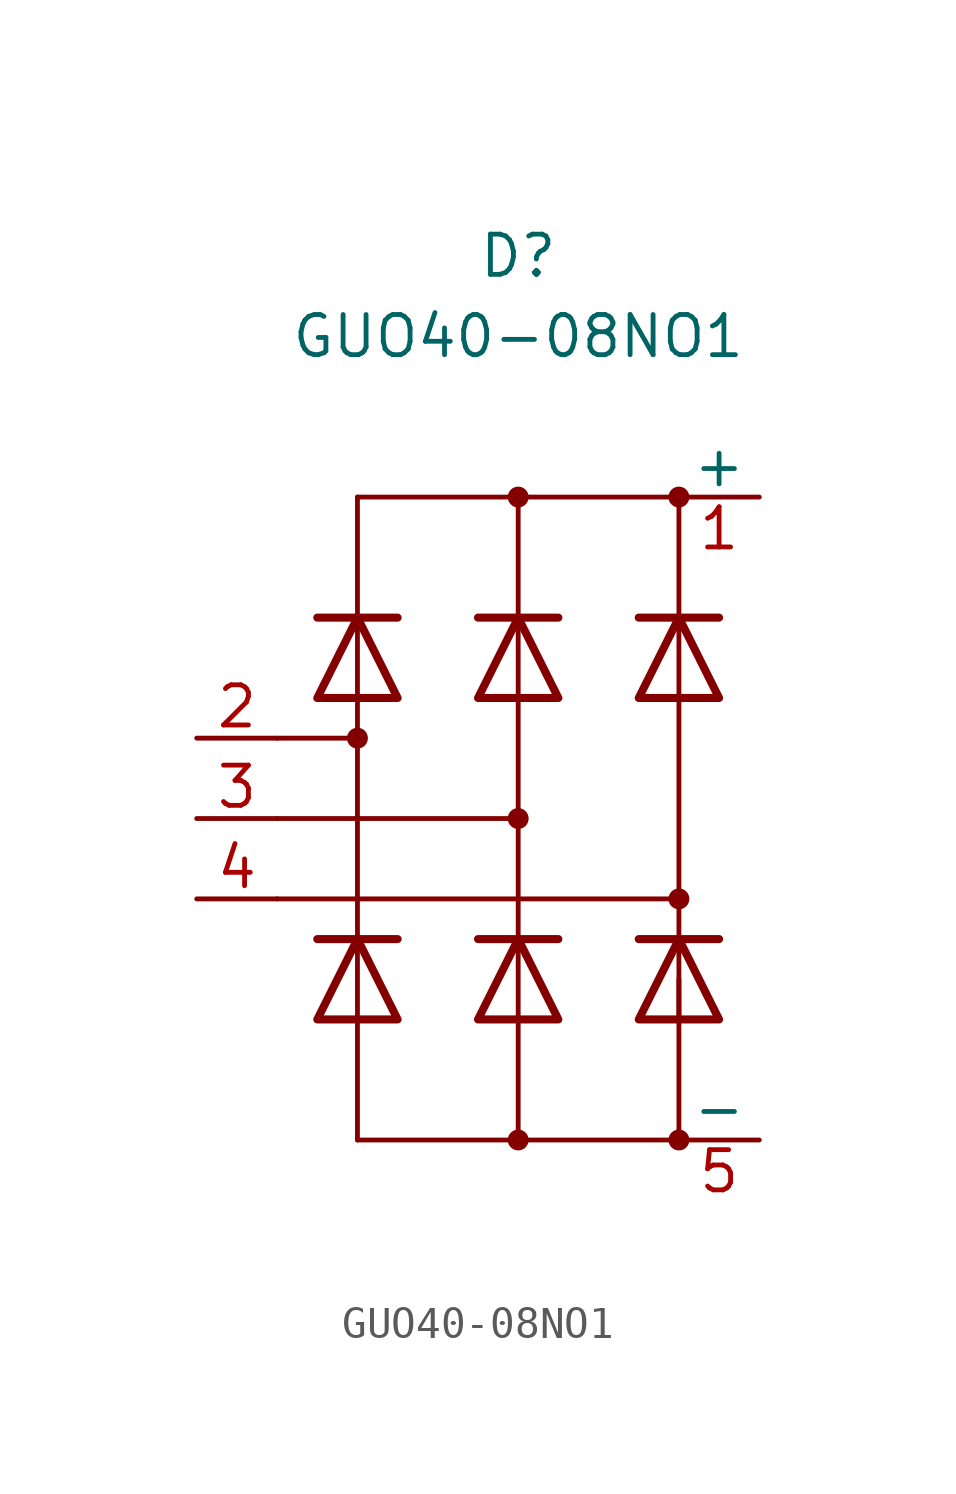
<source format=kicad_sym>
(kicad_symbol_lib
  (version 20241209)
  (generator "kicad_symbol_editor")
  (generator_version "9.0")
  (symbol "GUO40-08NO1"
    (pin_names
      (offset 0))
    (property "Reference" "D"
      (at 0 17.78 0)
      (effects (font (size 1.27 1.27))))
    (property "Value" "GUO40-08NO1"
      (at 0 15.24 0)
      (effects (font (size 1.27 1.27))))
    (symbol "GUO40-08NO1_0_1"
      (polyline (pts (xy -7.62 2.54) (xy -5.08 2.54)) (stroke (width 0) (type default)) (fill (type none)))
      (polyline (pts (xy -7.62 0) (xy 0 0)) (stroke (width 0) (type default)) (fill (type none)))
      (polyline (pts (xy -7.62 -2.54) (xy 5.08 -2.54)) (stroke (width 0) (type default)) (fill (type none)))
      (polyline (pts (xy -5.08 10.16) (xy -5.08 6.35)) (stroke (width 0) (type default)) (fill (type none)))
      (polyline (pts (xy -5.08 10.16) (xy 5.08 10.16)) (stroke (width 0) (type default)) (fill (type none)))
      (polyline (pts (xy -5.08 3.81) (xy -5.08 -3.81)) (stroke (width 0) (type default)) (fill (type none)))
      (circle (center -5.08 2.54) (radius 0.254) (stroke (width 0) (type default)) (fill (type outline)))
      (polyline (pts (xy -5.08 -6.35) (xy -5.08 -10.16)) (stroke (width 0) (type default)) (fill (type none)))
      (polyline (pts (xy -5.08 -10.16) (xy 5.08 -10.16)) (stroke (width 0) (type default)) (fill (type none)))
      (circle (center 0 10.16) (radius 0.254) (stroke (width 0) (type default)) (fill (type outline)))
      (polyline (pts (xy 0 6.35) (xy 0 10.16)) (stroke (width 0) (type default)) (fill (type none)))
      (polyline (pts (xy 0 3.81) (xy 0 -3.81)) (stroke (width 0) (type default)) (fill (type none)))
      (circle (center 0 0) (radius 0.254) (stroke (width 0) (type default)) (fill (type outline)))
      (polyline (pts (xy 0 -6.35) (xy 0 -10.16)) (stroke (width 0) (type default)) (fill (type none)))
      (circle (center 0 -10.16) (radius 0.254) (stroke (width 0) (type default)) (fill (type outline)))
      (polyline (pts (xy 5.08 10.16) (xy 5.08 6.35)) (stroke (width 0) (type default)) (fill (type none)))
      (circle (center 5.08 10.16) (radius 0.254) (stroke (width 0) (type default)) (fill (type outline)))
      (polyline (pts (xy 5.08 3.81) (xy 5.08 -3.81)) (stroke (width 0) (type default)) (fill (type none)))
      (circle (center 5.08 -2.54) (radius 0.254) (stroke (width 0) (type default)) (fill (type outline)))
      (polyline (pts (xy 5.08 -10.16) (xy 5.08 -5.08)) (stroke (width 0) (type default)) (fill (type none)))
      (circle (center 5.08 -10.16) (radius 0.254) (stroke (width 0) (type default)) (fill (type outline))))
    (symbol "GUO40-08NO1_1_1"
      (polyline (pts (xy -5.08 3.81) (xy -5.08 6.35)) (stroke (width 0) (type default)) (fill (type none)))
      (polyline (pts (xy -5.08 -6.35) (xy -5.08 -3.81)) (stroke (width 0) (type default)) (fill (type none)))
      (polyline (pts (xy -3.81 6.35) (xy -6.35 6.35)) (stroke (width 0.254) (type default)) (fill (type none)))
      (polyline (pts (xy -3.81 3.81) (xy -6.35 3.81) (xy -5.08 6.35) (xy -3.81 3.81)) (stroke (width 0.254) (type default)) (fill (type none)))
      (polyline (pts (xy -3.81 -3.81) (xy -6.35 -3.81)) (stroke (width 0.254) (type default)) (fill (type none)))
      (polyline (pts (xy -3.81 -6.35) (xy -6.35 -6.35) (xy -5.08 -3.81) (xy -3.81 -6.35)) (stroke (width 0.254) (type default)) (fill (type none)))
      (polyline (pts (xy 0 3.81) (xy 0 6.35)) (stroke (width 0) (type default)) (fill (type none)))
      (polyline (pts (xy 0 -6.35) (xy 0 -3.81)) (stroke (width 0) (type default)) (fill (type none)))
      (polyline (pts (xy 1.27 6.35) (xy -1.27 6.35)) (stroke (width 0.254) (type default)) (fill (type none)))
      (polyline (pts (xy 1.27 3.81) (xy -1.27 3.81) (xy 0 6.35) (xy 1.27 3.81)) (stroke (width 0.254) (type default)) (fill (type none)))
      (polyline (pts (xy 1.27 -3.81) (xy -1.27 -3.81)) (stroke (width 0.254) (type default)) (fill (type none)))
      (polyline (pts (xy 1.27 -6.35) (xy -1.27 -6.35) (xy 0 -3.81) (xy 1.27 -6.35)) (stroke (width 0.254) (type default)) (fill (type none)))
      (polyline (pts (xy 5.08 3.81) (xy 5.08 6.35)) (stroke (width 0) (type default)) (fill (type none)))
      (polyline (pts (xy 5.08 -6.35) (xy 5.08 -3.81)) (stroke (width 0) (type default)) (fill (type none)))
      (polyline (pts (xy 6.35 6.35) (xy 3.81 6.35)) (stroke (width 0.254) (type default)) (fill (type none)))
      (polyline (pts (xy 6.35 3.81) (xy 3.81 3.81) (xy 5.08 6.35) (xy 6.35 3.81)) (stroke (width 0.254) (type default)) (fill (type none)))
      (polyline (pts (xy 6.35 -3.81) (xy 3.81 -3.81)) (stroke (width 0.254) (type default)) (fill (type none)))
      (polyline (pts (xy 6.35 -6.35) (xy 3.81 -6.35) (xy 5.08 -3.81) (xy 6.35 -6.35)) (stroke (width 0.254) (type default)) (fill (type none)))
      (pin passive line (at -10.16 2.54 0) (length 2.54) (name "~" (effects (font (size 1.27 1.27)))) (number "2" (effects (font (size 1.27 1.27)))))
      (pin passive line (at -10.16 0 0) (length 2.54) (name "~" (effects (font (size 1.27 1.27)))) (number "3" (effects (font (size 1.27 1.27)))))
      (pin passive line (at -10.16 -2.54 0) (length 2.54) (name "~" (effects (font (size 1.27 1.27)))) (number "4" (effects (font (size 1.27 1.27)))))
      (pin passive line (at 7.62 10.16 180) (length 2.54) (name "+" (effects (font (size 1.27 1.27)))) (number "1" (effects (font (size 1.27 1.27)))))
      (pin passive line (at 7.62 -10.16 180) (length 2.54) (name "-" (effects (font (size 1.27 1.27)))) (number "5" (effects (font (size 1.27 1.27))))))))
</source>
